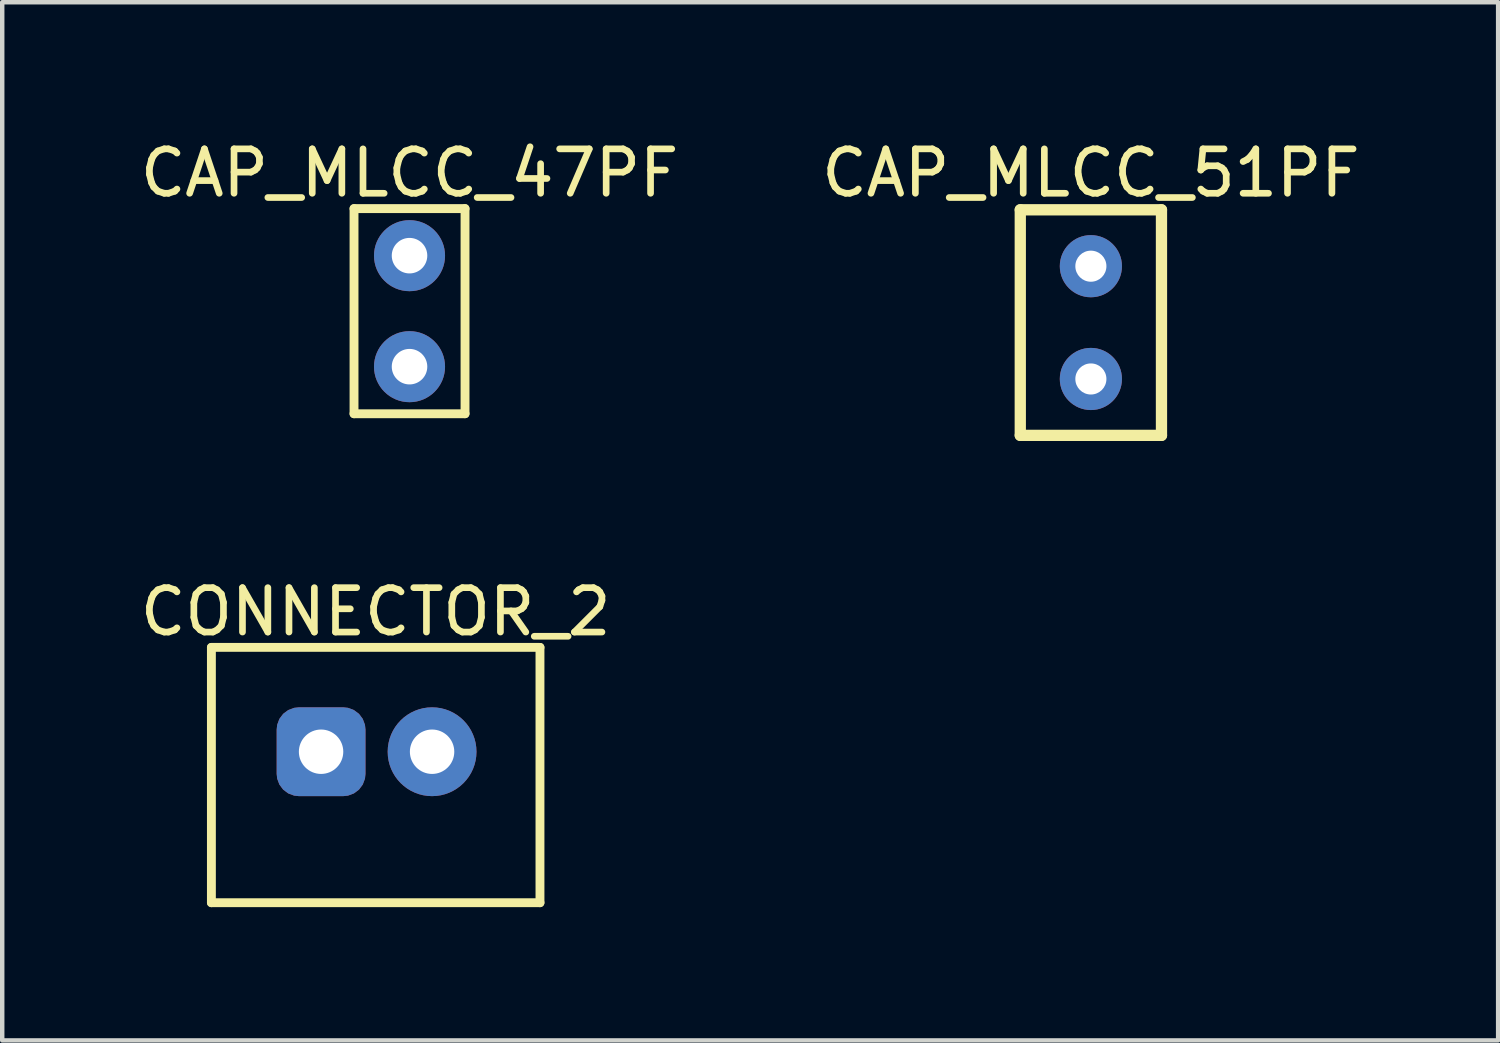
<source format=kicad_pcb>
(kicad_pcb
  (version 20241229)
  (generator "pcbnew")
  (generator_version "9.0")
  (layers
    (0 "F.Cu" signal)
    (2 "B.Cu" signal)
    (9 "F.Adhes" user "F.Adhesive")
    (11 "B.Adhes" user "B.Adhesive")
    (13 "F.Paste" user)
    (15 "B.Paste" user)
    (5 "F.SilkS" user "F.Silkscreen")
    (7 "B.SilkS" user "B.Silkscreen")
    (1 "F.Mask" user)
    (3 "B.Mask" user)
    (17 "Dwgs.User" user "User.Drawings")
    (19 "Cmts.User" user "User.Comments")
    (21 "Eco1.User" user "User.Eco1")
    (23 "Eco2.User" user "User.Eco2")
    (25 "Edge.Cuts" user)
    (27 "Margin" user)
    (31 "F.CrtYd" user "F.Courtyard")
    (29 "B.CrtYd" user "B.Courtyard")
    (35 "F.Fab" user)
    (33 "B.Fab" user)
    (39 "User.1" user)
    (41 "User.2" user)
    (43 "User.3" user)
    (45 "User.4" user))
  (footprint "CAP_MLCC_51PF"
    (layer "F.Cu")
    (at 21.518 4.215)
    (property "Reference" "CAP_MLCC_51PF" (at 0 -3.367 0) (layer "F.SilkS") (effects (font (size 1 1) (thickness 0.15))))
    (fp_line (start -1.59 -2.54) (end 1.59 -2.54) (stroke (width 0.254) (type solid)) (layer "F.SilkS"))
    (fp_line (start -1.59 2.54) (end -1.59 -2.54) (stroke (width 0.254) (type solid)) (layer "F.SilkS"))
    (fp_line (start -1.59 2.54) (end 1.59 2.54) (stroke (width 0.254) (type solid)) (layer "F.SilkS"))
    (fp_line (start 1.59 2.54) (end 1.59 -2.54) (stroke (width 0.254) (type solid)) (layer "F.SilkS"))
    (pad "1" thru_hole circle (at 0 -1.27) (size 1.4 1.4) (drill 0.7) (layers "*.Cu" "*.Mask"))
    (pad "2" thru_hole circle (at 0 1.27) (size 1.4 1.4) (drill 0.7) (layers "*.Cu" "*.Mask")))
  (footprint "CONNECTOR_2"
    (layer "F.Cu")
    (at 5.411 13.88)
    (property "Reference" "CONNECTOR_2" (at 0 -3.15 0) (layer "F.SilkS") (effects (font (size 1 1) (thickness 0.15))))
    (fp_line (start -3.7 -2.35) (end 3.7 -2.35) (stroke (width 0.2) (type solid)) (layer "F.SilkS"))
    (fp_line (start -3.7 3.4) (end -3.7 -2.35) (stroke (width 0.2) (type solid)) (layer "F.SilkS"))
    (fp_line (start -3.7 3.4) (end 3.7 3.4) (stroke (width 0.2) (type solid)) (layer "F.SilkS"))
    (fp_line (start 3.7 3.4) (end 3.7 -2.35) (stroke (width 0.2) (type solid)) (layer "F.SilkS"))
    (pad "1" thru_hole roundrect (at -1.23 0) (size 2 2) (drill 1) (layers "*.Cu" "*.Mask") (roundrect_rratio 0.25))
    (pad "2" thru_hole circle (at 1.27 0) (size 2 2) (drill 1) (layers "*.Cu" "*.Mask")))
  (footprint "CAP_MLCC_47PF"
    (layer "F.Cu")
    (at 6.173 3.958)
    (property "Reference" "CAP_MLCC_47PF" (at 0.000005 -3.11 0) (layer "F.SilkS") (effects (font (size 1 1) (thickness 0.15))))
    (fp_line (start -1.25 -2.31) (end 1.25 -2.31) (stroke (width 0.2) (type solid)) (layer "F.SilkS"))
    (fp_line (start -1.25 2.31) (end -1.25 -2.31) (stroke (width 0.2) (type solid)) (layer "F.SilkS"))
    (fp_line (start -1.25 2.31) (end 1.25 2.31) (stroke (width 0.2) (type solid)) (layer "F.SilkS"))
    (fp_line (start 1.25 2.31) (end 1.25 -2.31) (stroke (width 0.2) (type solid)) (layer "F.SilkS"))
    (pad "1" thru_hole circle (at 0 -1.25) (size 1.6 1.6) (drill 0.8) (layers "*.Cu" "*.Mask"))
    (pad "2" thru_hole circle (at 0 1.25) (size 1.6 1.6) (drill 0.8) (layers "*.Cu" "*.Mask")))
  (gr_rect
    (start -3 -3)
    (end 30.69 20.381)
    (stroke (width 0.1) (type default))
    (fill no)
    (layer "Edge.Cuts")))
</source>
